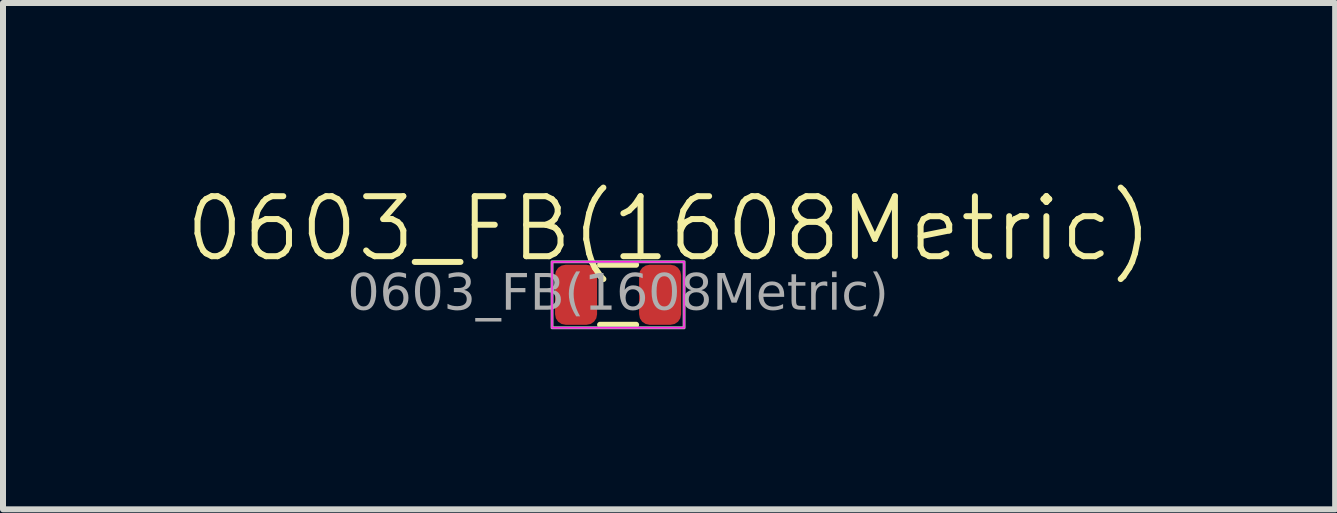
<source format=kicad_pcb>
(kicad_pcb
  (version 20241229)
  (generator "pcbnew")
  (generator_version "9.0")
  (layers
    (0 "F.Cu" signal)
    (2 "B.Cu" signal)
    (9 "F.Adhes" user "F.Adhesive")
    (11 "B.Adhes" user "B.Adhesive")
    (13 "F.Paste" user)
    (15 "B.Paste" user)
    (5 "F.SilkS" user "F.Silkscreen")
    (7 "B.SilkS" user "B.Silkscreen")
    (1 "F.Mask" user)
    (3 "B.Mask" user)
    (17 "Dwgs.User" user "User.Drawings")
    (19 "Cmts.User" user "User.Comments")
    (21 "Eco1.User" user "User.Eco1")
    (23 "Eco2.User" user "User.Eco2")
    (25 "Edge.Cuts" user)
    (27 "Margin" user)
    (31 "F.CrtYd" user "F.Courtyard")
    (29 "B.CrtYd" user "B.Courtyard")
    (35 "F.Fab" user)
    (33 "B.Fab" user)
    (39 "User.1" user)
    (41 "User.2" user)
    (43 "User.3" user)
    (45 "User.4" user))
  (footprint "0603_FB(1608Metric)"
    (layer "F.Cu")
    (at 7.248 1.861)
    (property "Reference" "0603_FB(1608Metric)" (at 0.85 -1.1 0) (unlocked yes) (layer "F.SilkS") (effects (font (size 1 1) (thickness 0.1))))
    (attr smd)
    (fp_line (start -0.3 -0.5) (end 0.3 -0.5) (stroke (width 0.1) (type default)) (layer "F.SilkS"))
    (fp_line (start -0.3 0.5) (end 0.3 0.5) (stroke (width 0.1) (type default)) (layer "F.SilkS"))
    (fp_rect (start -1.1 -0.55) (end 1.1 0.55) (stroke (width 0.025) (type default)) (fill no) (layer "F.CrtYd"))
    (fp_rect (start -1.1 -0.55) (end 1.1 0.55) (stroke (width 0.05) (type default)) (fill no) (layer "F.Fab"))
    (fp_text user "${REFERENCE}" (at 0 0 0) (unlocked yes) (layer "F.Fab") (effects (font (face "Arial") (size 0.6 0.6) (thickness 0.15))))
    (pad "1" smd roundrect (at -0.7 0) (size 0.7 1) (layers "F.Cu" "F.Mask" "F.Paste") (roundrect_rratio 0.25))
    (pad "2" smd roundrect (at 0.7 0) (size 0.7 1) (layers "F.Cu" "F.Mask" "F.Paste") (roundrect_rratio 0.25)))
  (gr_rect
    (start -3 -3)
    (end 19.195 5.436)
    (stroke (width 0.1) (type default))
    (fill no)
    (layer "Edge.Cuts")))
</source>
